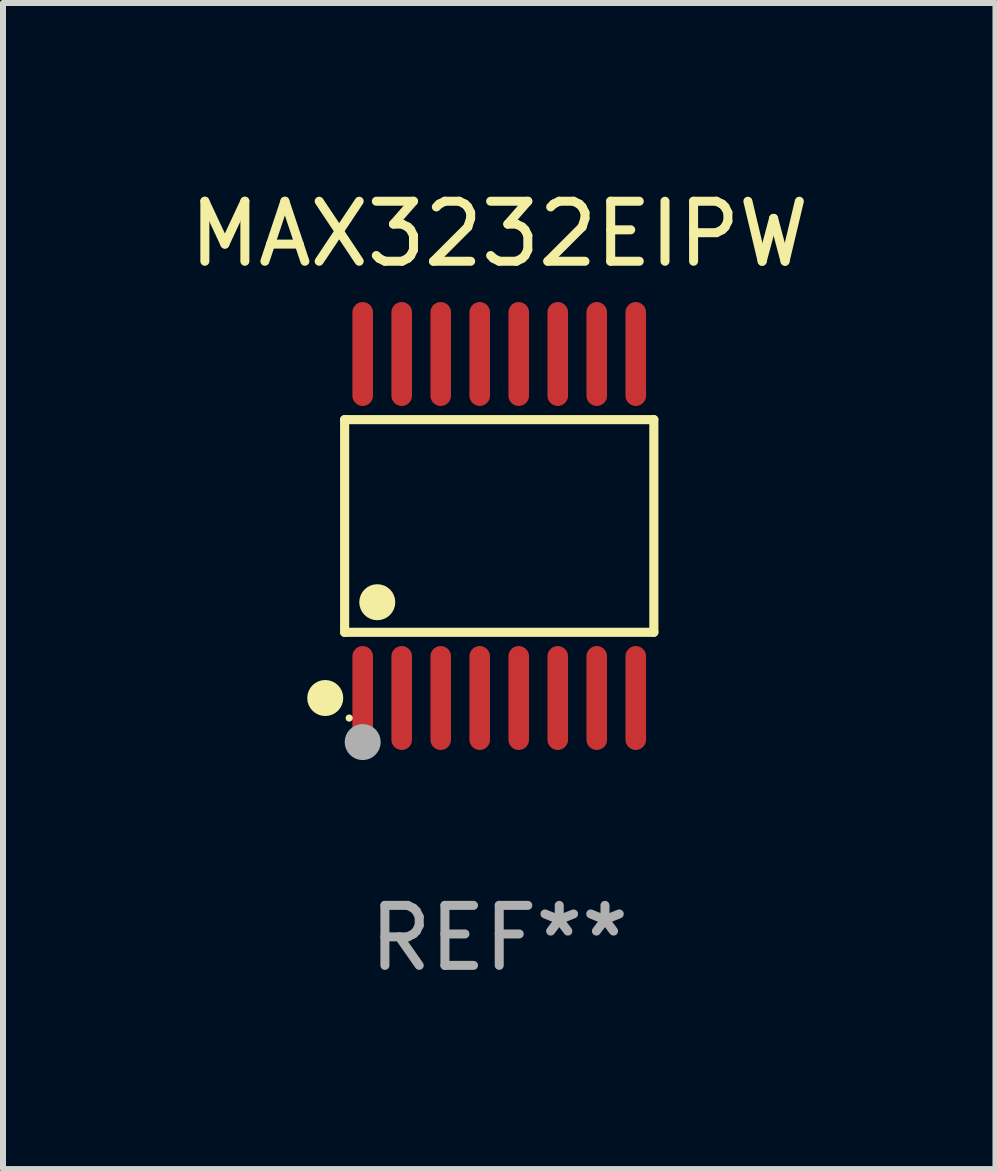
<source format=kicad_pcb>
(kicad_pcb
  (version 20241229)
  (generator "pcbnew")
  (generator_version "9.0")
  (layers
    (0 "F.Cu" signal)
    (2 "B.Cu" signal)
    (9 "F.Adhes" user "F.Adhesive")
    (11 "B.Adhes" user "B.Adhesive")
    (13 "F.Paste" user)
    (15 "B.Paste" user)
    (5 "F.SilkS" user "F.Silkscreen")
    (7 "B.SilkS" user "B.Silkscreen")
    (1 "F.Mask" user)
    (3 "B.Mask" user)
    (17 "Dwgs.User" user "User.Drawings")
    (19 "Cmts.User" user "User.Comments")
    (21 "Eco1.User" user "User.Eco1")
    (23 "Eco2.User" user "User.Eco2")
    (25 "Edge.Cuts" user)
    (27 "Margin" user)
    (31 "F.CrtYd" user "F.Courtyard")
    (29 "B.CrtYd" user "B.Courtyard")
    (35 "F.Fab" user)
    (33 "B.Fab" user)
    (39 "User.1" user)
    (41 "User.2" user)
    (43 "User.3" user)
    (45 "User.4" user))
  (footprint "MAX3232EIPW"
    (layer "F.Cu")
    (at 5.268 5.714)
    (property "Reference" "MAX3232EIPW" (at 0 -4.866 0) (layer "F.SilkS") (effects (font (size 1 1) (thickness 0.15))))
    (attr through_hole)
    (fp_line (start -2.576 -1.772) (end 2.576 -1.772) (stroke (width 0.152) (type solid)) (layer "F.SilkS"))
    (fp_line (start -2.576 1.771) (end -2.576 -1.772) (stroke (width 0.152) (type solid)) (layer "F.SilkS"))
    (fp_line (start 2.576 -1.772) (end 2.576 1.771) (stroke (width 0.152) (type solid)) (layer "F.SilkS"))
    (fp_line (start 2.576 1.771) (end -2.576 1.771) (stroke (width 0.152) (type solid)) (layer "F.SilkS"))
    (fp_circle (center -2.899 2.866) (end -2.749 2.866) (stroke (width 0.3) (type solid)) (fill no) (layer "F.SilkS"))
    (fp_circle (center -2.5 3.2) (end -2.47 3.2) (stroke (width 0.06) (type solid)) (fill no) (layer "F.SilkS"))
    (fp_circle (center -2.032 1.27) (end -1.882 1.27) (stroke (width 0.3) (type solid)) (fill no) (layer "F.SilkS"))
    (fp_circle (center -2.275 3.6) (end -2.125 3.6) (stroke (width 0.3) (type solid)) (fill no) (layer "F.Fab"))
    (fp_text user "REF**" (at 0 6.866 0) (layer "F.Fab") (effects (font (size 1 1) (thickness 0.15))))
    (pad "1" smd oval (at -2.275 2.866) (size 0.343 1.731) (layers "F.Cu" "F.Mask" "F.Paste"))
    (pad "2" smd oval (at -1.625 2.866) (size 0.343 1.731) (layers "F.Cu" "F.Mask" "F.Paste"))
    (pad "3" smd oval (at -0.975 2.866) (size 0.343 1.731) (layers "F.Cu" "F.Mask" "F.Paste"))
    (pad "4" smd oval (at -0.325 2.866) (size 0.343 1.731) (layers "F.Cu" "F.Mask" "F.Paste"))
    (pad "5" smd oval (at 0.325 2.866) (size 0.343 1.731) (layers "F.Cu" "F.Mask" "F.Paste"))
    (pad "6" smd oval (at 0.975 2.866) (size 0.343 1.731) (layers "F.Cu" "F.Mask" "F.Paste"))
    (pad "7" smd oval (at 1.625 2.866) (size 0.343 1.731) (layers "F.Cu" "F.Mask" "F.Paste"))
    (pad "8" smd oval (at 2.275 2.866) (size 0.343 1.731) (layers "F.Cu" "F.Mask" "F.Paste"))
    (pad "9" smd oval (at 2.275 -2.866) (size 0.343 1.731) (layers "F.Cu" "F.Mask" "F.Paste"))
    (pad "10" smd oval (at 1.625 -2.866) (size 0.343 1.731) (layers "F.Cu" "F.Mask" "F.Paste"))
    (pad "11" smd oval (at 0.975 -2.866) (size 0.343 1.731) (layers "F.Cu" "F.Mask" "F.Paste"))
    (pad "12" smd oval (at 0.325 -2.866) (size 0.343 1.731) (layers "F.Cu" "F.Mask" "F.Paste"))
    (pad "13" smd oval (at -0.325 -2.866) (size 0.343 1.731) (layers "F.Cu" "F.Mask" "F.Paste"))
    (pad "14" smd oval (at -0.975 -2.866) (size 0.343 1.731) (layers "F.Cu" "F.Mask" "F.Paste"))
    (pad "15" smd oval (at -1.625 -2.866) (size 0.343 1.731) (layers "F.Cu" "F.Mask" "F.Paste"))
    (pad "16" smd oval (at -2.275 -2.866) (size 0.343 1.731) (layers "F.Cu" "F.Mask" "F.Paste")))
  (gr_rect
    (start -3 -3)
    (end 13.536 16.428)
    (stroke (width 0.1) (type default))
    (fill no)
    (layer "Edge.Cuts")))
</source>
